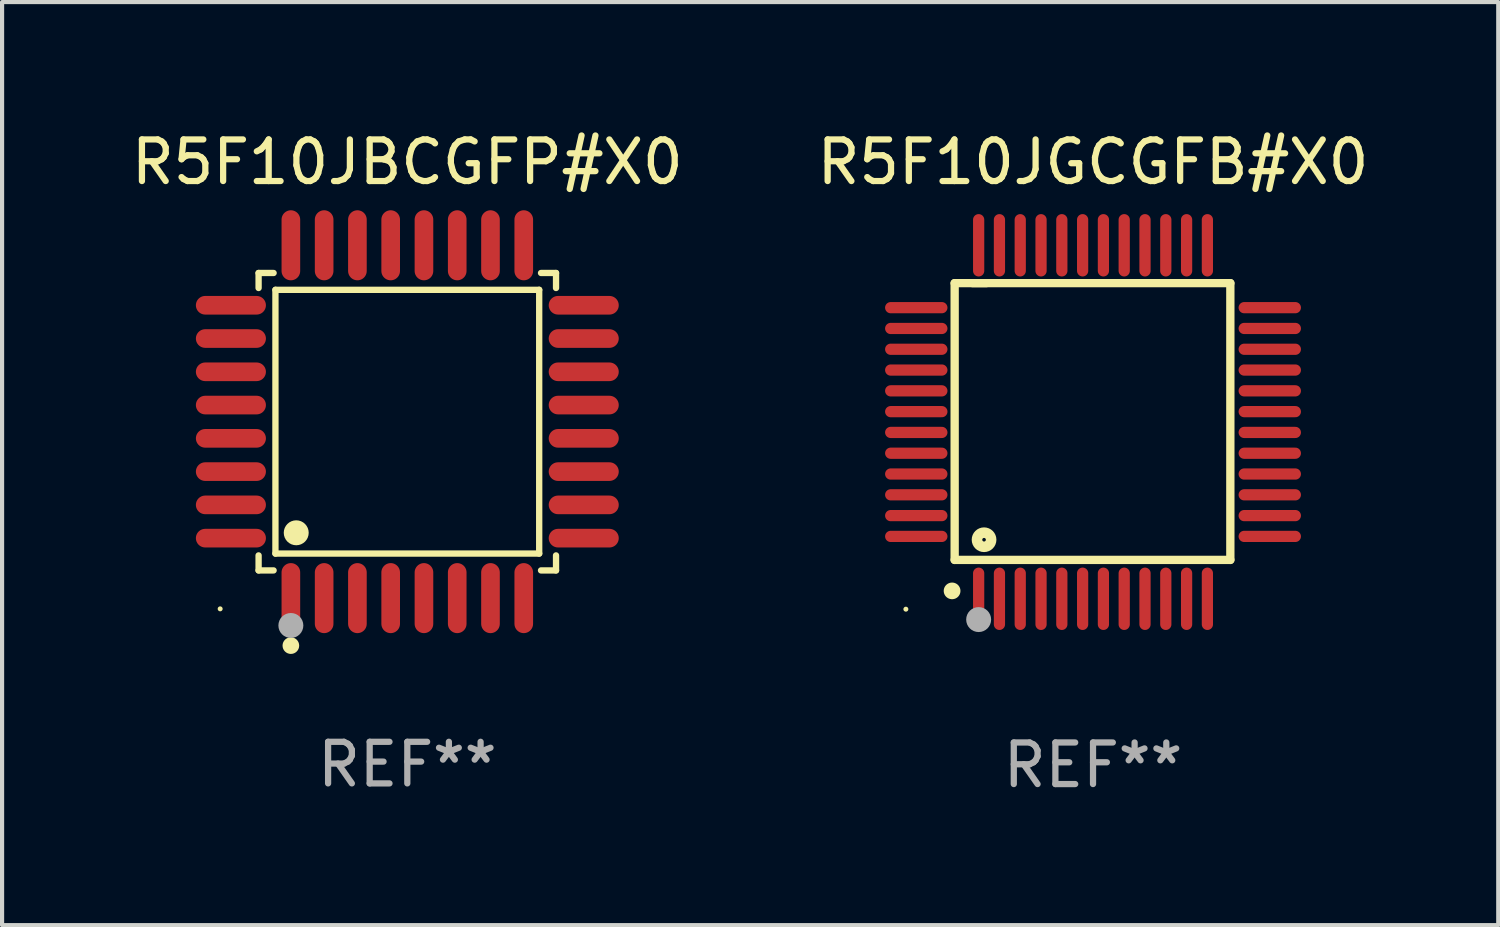
<source format=kicad_pcb>
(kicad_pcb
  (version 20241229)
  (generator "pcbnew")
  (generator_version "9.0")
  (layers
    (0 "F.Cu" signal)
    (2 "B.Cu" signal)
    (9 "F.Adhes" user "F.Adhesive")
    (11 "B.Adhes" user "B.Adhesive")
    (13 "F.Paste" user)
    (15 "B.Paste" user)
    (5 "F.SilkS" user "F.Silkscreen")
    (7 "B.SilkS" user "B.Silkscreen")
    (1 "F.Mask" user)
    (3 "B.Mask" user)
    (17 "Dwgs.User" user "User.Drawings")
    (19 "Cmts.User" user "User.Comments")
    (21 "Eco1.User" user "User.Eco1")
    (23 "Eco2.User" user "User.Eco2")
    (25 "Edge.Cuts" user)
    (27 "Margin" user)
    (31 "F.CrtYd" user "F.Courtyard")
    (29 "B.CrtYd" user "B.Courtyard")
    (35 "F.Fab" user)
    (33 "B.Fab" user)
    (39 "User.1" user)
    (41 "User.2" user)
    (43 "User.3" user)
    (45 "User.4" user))
  (footprint "R5F10JBCGFP#X0"
    (layer "F.Cu")
    (at 6.744 7.09)
    (property "Reference" "R5F10JBCGFP#X0" (at 0 -6.242 0) (layer "F.SilkS") (effects (font (size 1 1) (thickness 0.15))))
    (attr through_hole)
    (fp_line (start -3.576 -3.576) (end -3.215 -3.576) (stroke (width 0.152) (type solid)) (layer "F.SilkS"))
    (fp_line (start -3.576 -3.215) (end -3.576 -3.576) (stroke (width 0.152) (type solid)) (layer "F.SilkS"))
    (fp_line (start -3.576 3.215) (end -3.576 3.576) (stroke (width 0.152) (type solid)) (layer "F.SilkS"))
    (fp_line (start -3.576 3.576) (end -3.215 3.576) (stroke (width 0.152) (type solid)) (layer "F.SilkS"))
    (fp_line (start -3.171 -3.171) (end 3.171 -3.171) (stroke (width 0.152) (type solid)) (layer "F.SilkS"))
    (fp_line (start -3.171 3.171) (end -3.171 -3.171) (stroke (width 0.152) (type solid)) (layer "F.SilkS"))
    (fp_line (start 3.171 -3.171) (end 3.171 3.171) (stroke (width 0.152) (type solid)) (layer "F.SilkS"))
    (fp_line (start 3.171 3.171) (end -3.171 3.171) (stroke (width 0.152) (type solid)) (layer "F.SilkS"))
    (fp_line (start 3.576 -3.576) (end 3.215 -3.576) (stroke (width 0.152) (type solid)) (layer "F.SilkS"))
    (fp_line (start 3.576 -3.215) (end 3.576 -3.576) (stroke (width 0.152) (type solid)) (layer "F.SilkS"))
    (fp_line (start 3.576 3.215) (end 3.576 3.576) (stroke (width 0.152) (type solid)) (layer "F.SilkS"))
    (fp_line (start 3.576 3.576) (end 3.215 3.576) (stroke (width 0.152) (type solid)) (layer "F.SilkS"))
    (fp_circle (center -4.5 4.5) (end -4.47 4.5) (stroke (width 0.06) (type solid)) (fill no) (layer "F.SilkS"))
    (fp_circle (center -2.8 5.384) (end -2.7 5.384) (stroke (width 0.2) (type solid)) (fill no) (layer "F.SilkS"))
    (fp_circle (center -2.671 2.671) (end -2.521 2.671) (stroke (width 0.3) (type solid)) (fill no) (layer "F.SilkS"))
    (fp_circle (center -2.8 4.9) (end -2.65 4.9) (stroke (width 0.3) (type solid)) (fill no) (layer "F.Fab"))
    (fp_text user "REF**" (at 0 8.242 0) (layer "F.Fab") (effects (font (size 1 1) (thickness 0.15))))
    (pad "1" smd oval (at -2.8 4.242) (size 0.448 1.684) (layers "F.Cu" "F.Mask" "F.Paste"))
    (pad "2" smd oval (at -2 4.242) (size 0.448 1.684) (layers "F.Cu" "F.Mask" "F.Paste"))
    (pad "3" smd oval (at -1.2 4.242) (size 0.448 1.684) (layers "F.Cu" "F.Mask" "F.Paste"))
    (pad "4" smd oval (at -0.4 4.242) (size 0.448 1.684) (layers "F.Cu" "F.Mask" "F.Paste"))
    (pad "5" smd oval (at 0.4 4.242) (size 0.448 1.684) (layers "F.Cu" "F.Mask" "F.Paste"))
    (pad "6" smd oval (at 1.2 4.242) (size 0.448 1.684) (layers "F.Cu" "F.Mask" "F.Paste"))
    (pad "7" smd oval (at 2 4.242) (size 0.448 1.684) (layers "F.Cu" "F.Mask" "F.Paste"))
    (pad "8" smd oval (at 2.8 4.242) (size 0.448 1.684) (layers "F.Cu" "F.Mask" "F.Paste"))
    (pad "9" smd oval (at 4.242 2.8) (size 1.684 0.448) (layers "F.Cu" "F.Mask" "F.Paste"))
    (pad "10" smd oval (at 4.242 2) (size 1.684 0.448) (layers "F.Cu" "F.Mask" "F.Paste"))
    (pad "11" smd oval (at 4.242 1.2) (size 1.684 0.448) (layers "F.Cu" "F.Mask" "F.Paste"))
    (pad "12" smd oval (at 4.242 0.4) (size 1.684 0.448) (layers "F.Cu" "F.Mask" "F.Paste"))
    (pad "13" smd oval (at 4.242 -0.4) (size 1.684 0.448) (layers "F.Cu" "F.Mask" "F.Paste"))
    (pad "14" smd oval (at 4.242 -1.2) (size 1.684 0.448) (layers "F.Cu" "F.Mask" "F.Paste"))
    (pad "15" smd oval (at 4.242 -2) (size 1.684 0.448) (layers "F.Cu" "F.Mask" "F.Paste"))
    (pad "16" smd oval (at 4.242 -2.8) (size 1.684 0.448) (layers "F.Cu" "F.Mask" "F.Paste"))
    (pad "17" smd oval (at 2.8 -4.242) (size 0.448 1.684) (layers "F.Cu" "F.Mask" "F.Paste"))
    (pad "18" smd oval (at 2 -4.242) (size 0.448 1.684) (layers "F.Cu" "F.Mask" "F.Paste"))
    (pad "19" smd oval (at 1.2 -4.242) (size 0.448 1.684) (layers "F.Cu" "F.Mask" "F.Paste"))
    (pad "20" smd oval (at 0.4 -4.242) (size 0.448 1.684) (layers "F.Cu" "F.Mask" "F.Paste"))
    (pad "21" smd oval (at -0.4 -4.242) (size 0.448 1.684) (layers "F.Cu" "F.Mask" "F.Paste"))
    (pad "22" smd oval (at -1.2 -4.242) (size 0.448 1.684) (layers "F.Cu" "F.Mask" "F.Paste"))
    (pad "23" smd oval (at -2 -4.242) (size 0.448 1.684) (layers "F.Cu" "F.Mask" "F.Paste"))
    (pad "24" smd oval (at -2.8 -4.242) (size 0.448 1.684) (layers "F.Cu" "F.Mask" "F.Paste"))
    (pad "25" smd oval (at -4.242 -2.8) (size 1.684 0.448) (layers "F.Cu" "F.Mask" "F.Paste"))
    (pad "26" smd oval (at -4.242 -2) (size 1.684 0.448) (layers "F.Cu" "F.Mask" "F.Paste"))
    (pad "27" smd oval (at -4.242 -1.2) (size 1.684 0.448) (layers "F.Cu" "F.Mask" "F.Paste"))
    (pad "28" smd oval (at -4.242 -0.4) (size 1.684 0.448) (layers "F.Cu" "F.Mask" "F.Paste"))
    (pad "29" smd oval (at -4.242 0.4) (size 1.684 0.448) (layers "F.Cu" "F.Mask" "F.Paste"))
    (pad "30" smd oval (at -4.242 1.2) (size 1.684 0.448) (layers "F.Cu" "F.Mask" "F.Paste"))
    (pad "31" smd oval (at -4.242 2) (size 1.684 0.448) (layers "F.Cu" "F.Mask" "F.Paste"))
    (pad "32" smd oval (at -4.242 2.8) (size 1.684 0.448) (layers "F.Cu" "F.Mask" "F.Paste")))
  (footprint "R5F10JGCGFB#X0"
    (layer "F.Cu")
    (at 23.232 7.098)
    (property "Reference" "R5F10JGCGFB#X0" (at 0 -6.25 0) (layer "F.SilkS") (effects (font (size 1 1) (thickness 0.15))))
    (attr through_hole)
    (fp_line (start -3.327 -3.34) (end -2.565 -3.34) (stroke (width 0.2) (type solid)) (layer "F.SilkS"))
    (fp_line (start -3.327 3.315) (end -3.327 -3.34) (stroke (width 0.2) (type solid)) (layer "F.SilkS"))
    (fp_line (start -2.896 -3.34) (end 3.302 -3.34) (stroke (width 0.2) (type solid)) (layer "F.SilkS"))
    (fp_line (start 3.302 -3.34) (end 3.302 3.315) (stroke (width 0.2) (type solid)) (layer "F.SilkS"))
    (fp_line (start 3.302 3.315) (end -3.327 3.315) (stroke (width 0.2) (type solid)) (layer "F.SilkS"))
    (fp_arc (start -3.389992 4.059995) (mid -3.388722 4.059991) (end -3.387452 4.059995) (stroke (width 0.4) (type solid)) (layer "F.SilkS"))
    (fp_circle (center -4.5 4.5) (end -4.47 4.5) (stroke (width 0.06) (type solid)) (fill no) (layer "F.SilkS"))
    (fp_circle (center -2.62 2.83) (end -2.45 2.83) (stroke (width 0.254) (type solid)) (fill no) (layer "F.SilkS"))
    (fp_circle (center -2.75 4.75) (end -2.6 4.75) (stroke (width 0.3) (type solid)) (fill no) (layer "F.Fab"))
    (fp_text user "REF**" (at 0 8.25 0) (layer "F.Fab") (effects (font (size 1 1) (thickness 0.15))))
    (pad "1" smd oval (at -2.75 4.25) (size 0.27 1.5) (layers "F.Cu" "F.Mask" "F.Paste"))
    (pad "2" smd oval (at -2.25 4.25) (size 0.27 1.5) (layers "F.Cu" "F.Mask" "F.Paste"))
    (pad "3" smd oval (at -1.75 4.25) (size 0.27 1.5) (layers "F.Cu" "F.Mask" "F.Paste"))
    (pad "4" smd oval (at -1.25 4.25) (size 0.27 1.5) (layers "F.Cu" "F.Mask" "F.Paste"))
    (pad "5" smd oval (at -0.75 4.25) (size 0.27 1.5) (layers "F.Cu" "F.Mask" "F.Paste"))
    (pad "6" smd oval (at -0.25 4.25) (size 0.27 1.5) (layers "F.Cu" "F.Mask" "F.Paste"))
    (pad "7" smd oval (at 0.25 4.25) (size 0.27 1.5) (layers "F.Cu" "F.Mask" "F.Paste"))
    (pad "8" smd oval (at 0.75 4.25) (size 0.27 1.5) (layers "F.Cu" "F.Mask" "F.Paste"))
    (pad "9" smd oval (at 1.25 4.25) (size 0.27 1.5) (layers "F.Cu" "F.Mask" "F.Paste"))
    (pad "10" smd oval (at 1.75 4.25) (size 0.27 1.5) (layers "F.Cu" "F.Mask" "F.Paste"))
    (pad "11" smd oval (at 2.25 4.25) (size 0.27 1.5) (layers "F.Cu" "F.Mask" "F.Paste"))
    (pad "12" smd oval (at 2.75 4.25) (size 0.27 1.5) (layers "F.Cu" "F.Mask" "F.Paste"))
    (pad "13" smd oval (at 4.25 2.75) (size 1.5 0.27) (layers "F.Cu" "F.Mask" "F.Paste"))
    (pad "14" smd oval (at 4.25 2.25) (size 1.5 0.27) (layers "F.Cu" "F.Mask" "F.Paste"))
    (pad "15" smd oval (at 4.25 1.75) (size 1.5 0.27) (layers "F.Cu" "F.Mask" "F.Paste"))
    (pad "16" smd oval (at 4.25 1.25) (size 1.5 0.27) (layers "F.Cu" "F.Mask" "F.Paste"))
    (pad "17" smd oval (at 4.25 0.75) (size 1.5 0.27) (layers "F.Cu" "F.Mask" "F.Paste"))
    (pad "18" smd oval (at 4.25 0.25) (size 1.5 0.27) (layers "F.Cu" "F.Mask" "F.Paste"))
    (pad "19" smd oval (at 4.25 -0.25) (size 1.5 0.27) (layers "F.Cu" "F.Mask" "F.Paste"))
    (pad "20" smd oval (at 4.25 -0.75) (size 1.5 0.27) (layers "F.Cu" "F.Mask" "F.Paste"))
    (pad "21" smd oval (at 4.25 -1.25) (size 1.5 0.27) (layers "F.Cu" "F.Mask" "F.Paste"))
    (pad "22" smd oval (at 4.25 -1.75) (size 1.5 0.27) (layers "F.Cu" "F.Mask" "F.Paste"))
    (pad "23" smd oval (at 4.25 -2.25) (size 1.5 0.27) (layers "F.Cu" "F.Mask" "F.Paste"))
    (pad "24" smd oval (at 4.25 -2.75) (size 1.5 0.27) (layers "F.Cu" "F.Mask" "F.Paste"))
    (pad "25" smd oval (at 2.75 -4.25) (size 0.27 1.5) (layers "F.Cu" "F.Mask" "F.Paste"))
    (pad "26" smd oval (at 2.25 -4.25) (size 0.27 1.5) (layers "F.Cu" "F.Mask" "F.Paste"))
    (pad "27" smd oval (at 1.75 -4.25) (size 0.27 1.5) (layers "F.Cu" "F.Mask" "F.Paste"))
    (pad "28" smd oval (at 1.25 -4.25) (size 0.27 1.5) (layers "F.Cu" "F.Mask" "F.Paste"))
    (pad "29" smd oval (at 0.75 -4.25) (size 0.27 1.5) (layers "F.Cu" "F.Mask" "F.Paste"))
    (pad "30" smd oval (at 0.25 -4.25) (size 0.27 1.5) (layers "F.Cu" "F.Mask" "F.Paste"))
    (pad "31" smd oval (at -0.25 -4.25) (size 0.27 1.5) (layers "F.Cu" "F.Mask" "F.Paste"))
    (pad "32" smd oval (at -0.75 -4.25) (size 0.27 1.5) (layers "F.Cu" "F.Mask" "F.Paste"))
    (pad "33" smd oval (at -1.25 -4.25) (size 0.27 1.5) (layers "F.Cu" "F.Mask" "F.Paste"))
    (pad "34" smd oval (at -1.75 -4.25) (size 0.27 1.5) (layers "F.Cu" "F.Mask" "F.Paste"))
    (pad "35" smd oval (at -2.25 -4.25) (size 0.27 1.5) (layers "F.Cu" "F.Mask" "F.Paste"))
    (pad "36" smd oval (at -2.75 -4.25) (size 0.27 1.5) (layers "F.Cu" "F.Mask" "F.Paste"))
    (pad "37" smd oval (at -4.25 -2.75) (size 1.5 0.27) (layers "F.Cu" "F.Mask" "F.Paste"))
    (pad "38" smd oval (at -4.25 -2.25) (size 1.5 0.27) (layers "F.Cu" "F.Mask" "F.Paste"))
    (pad "39" smd oval (at -4.25 -1.75) (size 1.5 0.27) (layers "F.Cu" "F.Mask" "F.Paste"))
    (pad "40" smd oval (at -4.25 -1.25) (size 1.5 0.27) (layers "F.Cu" "F.Mask" "F.Paste"))
    (pad "41" smd oval (at -4.25 -0.75) (size 1.5 0.27) (layers "F.Cu" "F.Mask" "F.Paste"))
    (pad "42" smd oval (at -4.25 -0.25) (size 1.5 0.27) (layers "F.Cu" "F.Mask" "F.Paste"))
    (pad "43" smd oval (at -4.25 0.25) (size 1.5 0.27) (layers "F.Cu" "F.Mask" "F.Paste"))
    (pad "44" smd oval (at -4.25 0.75) (size 1.5 0.27) (layers "F.Cu" "F.Mask" "F.Paste"))
    (pad "45" smd oval (at -4.25 1.25) (size 1.5 0.27) (layers "F.Cu" "F.Mask" "F.Paste"))
    (pad "46" smd oval (at -4.25 1.75) (size 1.5 0.27) (layers "F.Cu" "F.Mask" "F.Paste"))
    (pad "47" smd oval (at -4.25 2.25) (size 1.5 0.27) (layers "F.Cu" "F.Mask" "F.Paste"))
    (pad "48" smd oval (at -4.25 2.75) (size 1.5 0.27) (layers "F.Cu" "F.Mask" "F.Paste")))
  (gr_rect
    (start -3 -3)
    (end 32.976 19.196)
    (stroke (width 0.1) (type default))
    (fill no)
    (layer "Edge.Cuts")))
</source>
